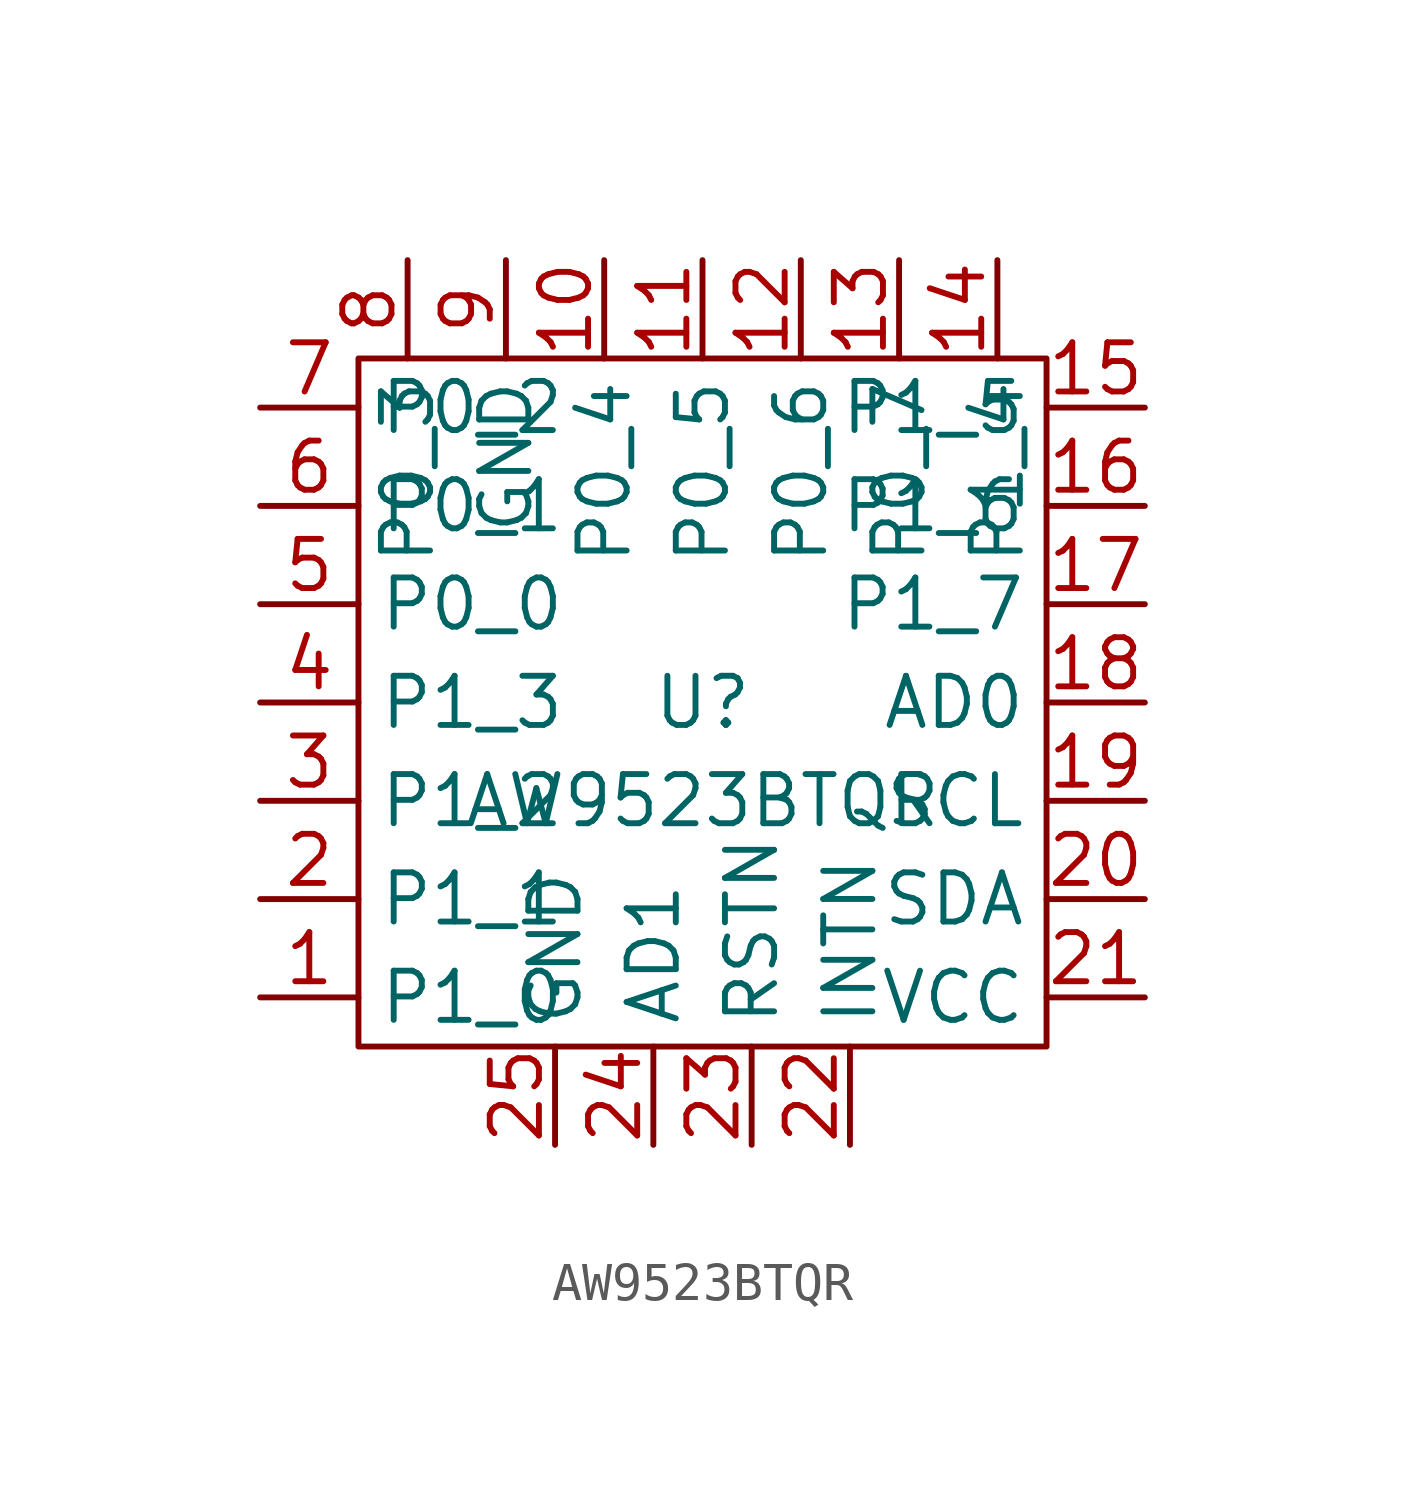
<source format=kicad_sym>
(kicad_symbol_lib
  (version 20231001)
  (symbol "AW9523BTQR"
    (property "Reference" "U"
      (at 0 0 0)
      (effects (font (size 1.27 1.27))))
    (property "Value" "AW9523BTQR"
      (at 0 -2.54 0)
      (effects (font (size 1.27 1.27))))
    (symbol "AW9523BTQR_1_1"
      (rectangle (start -8.89 -8.89) (end 8.89 8.89))
      (pin bidirectional line (at -11.43 -7.62 0) (length 2.54) (name "P1_0" (effects (font (size 1.27 1.27)))) (number "1" (effects (font (size 1.27 1.27)))))
      (pin bidirectional line (at -11.43 -5.08 0) (length 2.54) (name "P1_1" (effects (font (size 1.27 1.27)))) (number "2" (effects (font (size 1.27 1.27)))))
      (pin bidirectional line (at -11.43 -2.54 0) (length 2.54) (name "P1_2" (effects (font (size 1.27 1.27)))) (number "3" (effects (font (size 1.27 1.27)))))
      (pin bidirectional line (at -11.43 0.0 0) (length 2.54) (name "P1_3" (effects (font (size 1.27 1.27)))) (number "4" (effects (font (size 1.27 1.27)))))
      (pin bidirectional line (at -11.43 2.54 0) (length 2.54) (name "P0_0" (effects (font (size 1.27 1.27)))) (number "5" (effects (font (size 1.27 1.27)))))
      (pin bidirectional line (at -11.43 5.08 0) (length 2.54) (name "P0_1" (effects (font (size 1.27 1.27)))) (number "6" (effects (font (size 1.27 1.27)))))
      (pin bidirectional line (at -11.43 7.62 0) (length 2.54) (name "P0_2" (effects (font (size 1.27 1.27)))) (number "7" (effects (font (size 1.27 1.27)))))
      (pin bidirectional line (at -7.62 11.43 270) (length 2.54) (name "P0_3" (effects (font (size 1.27 1.27)))) (number "8" (effects (font (size 1.27 1.27)))))
      (pin power_in line (at -5.08 11.43 270) (length 2.54) (name "GND" (effects (font (size 1.27 1.27)))) (number "9" (effects (font (size 1.27 1.27)))))
      (pin bidirectional line (at -2.54 11.43 270) (length 2.54) (name "P0_4" (effects (font (size 1.27 1.27)))) (number "10" (effects (font (size 1.27 1.27)))))
      (pin bidirectional line (at 0.0 11.43 270) (length 2.54) (name "P0_5" (effects (font (size 1.27 1.27)))) (number "11" (effects (font (size 1.27 1.27)))))
      (pin bidirectional line (at 2.54 11.43 270) (length 2.54) (name "P0_6" (effects (font (size 1.27 1.27)))) (number "12" (effects (font (size 1.27 1.27)))))
      (pin bidirectional line (at 5.08 11.43 270) (length 2.54) (name "P0_7" (effects (font (size 1.27 1.27)))) (number "13" (effects (font (size 1.27 1.27)))))
      (pin bidirectional line (at 7.62 11.43 270) (length 2.54) (name "P1_4" (effects (font (size 1.27 1.27)))) (number "14" (effects (font (size 1.27 1.27)))))
      (pin bidirectional line (at 11.43 7.62 180) (length 2.54) (name "P1_5" (effects (font (size 1.27 1.27)))) (number "15" (effects (font (size 1.27 1.27)))))
      (pin bidirectional line (at 11.43 5.08 180) (length 2.54) (name "P1_6" (effects (font (size 1.27 1.27)))) (number "16" (effects (font (size 1.27 1.27)))))
      (pin bidirectional line (at 11.43 2.54 180) (length 2.54) (name "P1_7" (effects (font (size 1.27 1.27)))) (number "17" (effects (font (size 1.27 1.27)))))
      (pin input line (at 11.43 0.0 180) (length 2.54) (name "AD0" (effects (font (size 1.27 1.27)))) (number "18" (effects (font (size 1.27 1.27)))))
      (pin bidirectional line (at 11.43 -2.54 180) (length 2.54) (name "SCL" (effects (font (size 1.27 1.27)))) (number "19" (effects (font (size 1.27 1.27)))))
      (pin bidirectional line (at 11.43 -5.08 180) (length 2.54) (name "SDA" (effects (font (size 1.27 1.27)))) (number "20" (effects (font (size 1.27 1.27)))))
      (pin power_in line (at 11.43 -7.62 180) (length 2.54) (name "VCC" (effects (font (size 1.27 1.27)))) (number "21" (effects (font (size 1.27 1.27)))))
      (pin open_collector line (at 3.81 -11.43 90) (length 2.54) (name "INTN" (effects (font (size 1.27 1.27)))) (number "22" (effects (font (size 1.27 1.27)))))
      (pin input line (at 1.27 -11.43 90) (length 2.54) (name "RSTN" (effects (font (size 1.27 1.27)))) (number "23" (effects (font (size 1.27 1.27)))))
      (pin input line (at -1.27 -11.43 90) (length 2.54) (name "AD1" (effects (font (size 1.27 1.27)))) (number "24" (effects (font (size 1.27 1.27)))))
      (pin power_in line (at -3.81 -11.43 90) (length 2.54) (name "GND" (effects (font (size 1.27 1.27)))) (number "25" (effects (font (size 1.27 1.27))))))))
</source>
